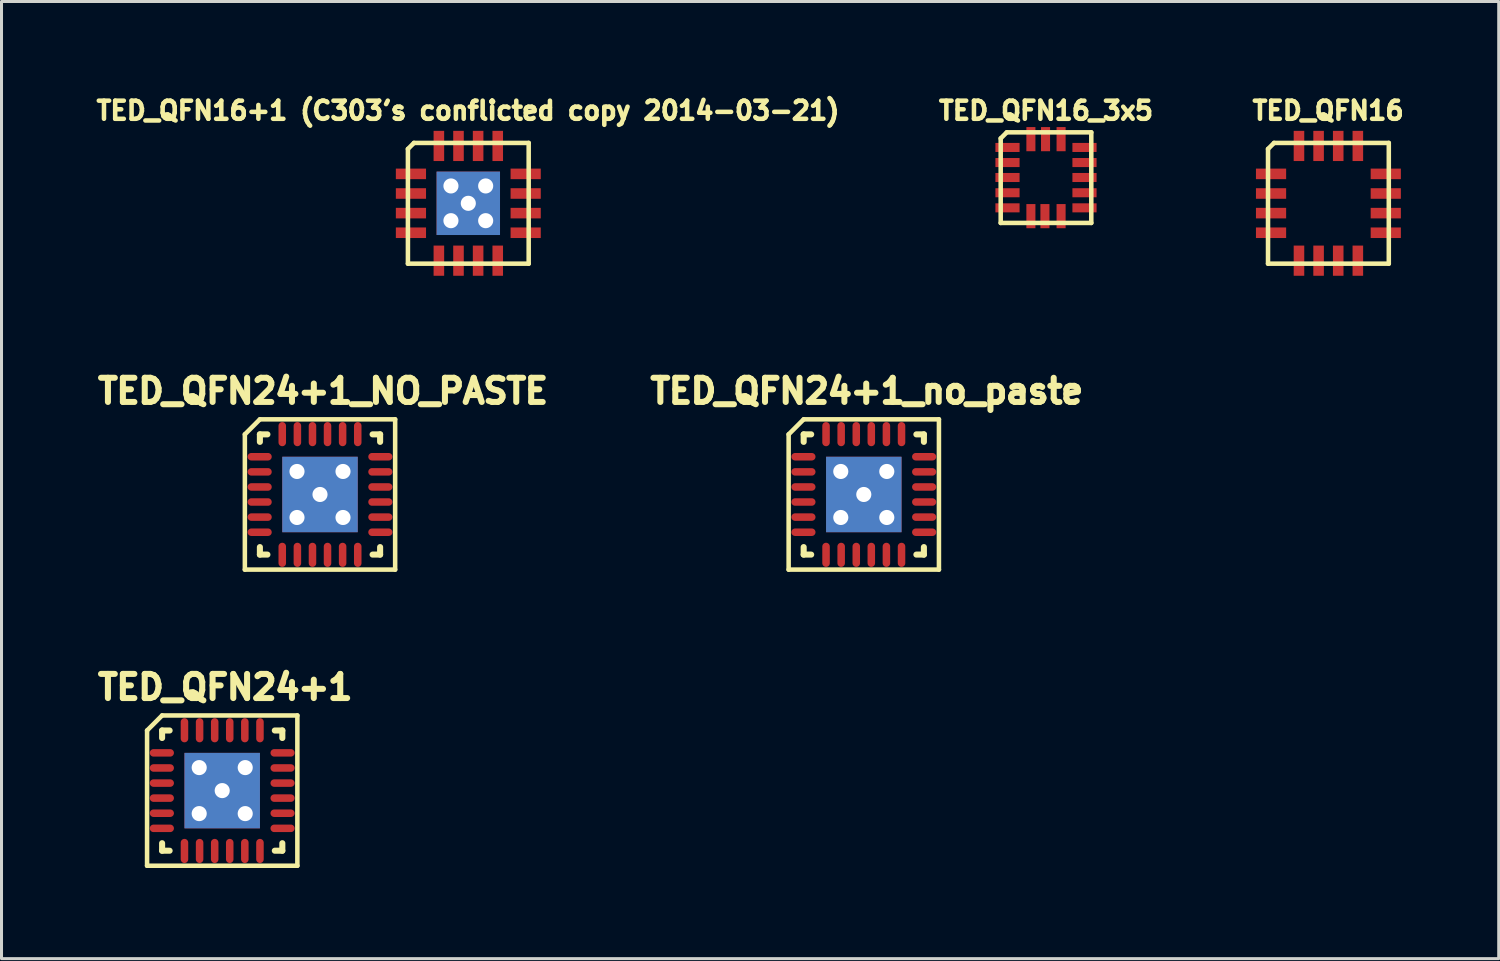
<source format=kicad_pcb>
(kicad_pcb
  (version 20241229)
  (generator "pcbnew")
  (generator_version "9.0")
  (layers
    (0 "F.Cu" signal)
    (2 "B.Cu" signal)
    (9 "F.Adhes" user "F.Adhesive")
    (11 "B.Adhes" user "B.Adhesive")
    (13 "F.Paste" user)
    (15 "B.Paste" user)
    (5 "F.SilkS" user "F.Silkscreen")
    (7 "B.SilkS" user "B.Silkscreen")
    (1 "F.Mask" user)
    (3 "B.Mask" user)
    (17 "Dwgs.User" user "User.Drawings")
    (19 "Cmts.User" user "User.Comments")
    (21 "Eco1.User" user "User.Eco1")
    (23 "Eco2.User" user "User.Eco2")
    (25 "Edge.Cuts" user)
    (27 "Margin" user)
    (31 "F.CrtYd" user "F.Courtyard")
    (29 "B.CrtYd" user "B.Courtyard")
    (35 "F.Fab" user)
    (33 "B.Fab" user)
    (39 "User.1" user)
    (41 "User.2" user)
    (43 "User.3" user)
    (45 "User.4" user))
  (footprint "TED_QFN24+1_no_paste"
    (layer "F.Cu")
    (at 25.56 13.328)
    (property "Reference" "TED_QFN24+1_no_paste" (at 0.1 -3.425 0) (layer "F.SilkS") (effects (font (size 0.8 0.8) (thickness 0.2))))
    (attr through_hole)
    (fp_line (start -2.489 -1.991) (end -2.489 2.489) (stroke (width 0.15) (type solid)) (layer "F.SilkS"))
    (fp_line (start -2.489 -1.991) (end -1.991 -2.489) (stroke (width 0.15) (type solid)) (layer "F.SilkS"))
    (fp_line (start -1.991 -2.489) (end 2.489 -2.489) (stroke (width 0.15) (type solid)) (layer "F.SilkS"))
    (fp_line (start -1.991 -1.991) (end -1.742 -1.991) (stroke (width 0.201) (type solid)) (layer "F.SilkS"))
    (fp_line (start -1.991 -1.742) (end -1.991 -1.991) (stroke (width 0.201) (type solid)) (layer "F.SilkS"))
    (fp_line (start -1.991 1.991) (end -1.991 1.742) (stroke (width 0.201) (type solid)) (layer "F.SilkS"))
    (fp_line (start -1.742 1.991) (end -1.991 1.991) (stroke (width 0.201) (type solid)) (layer "F.SilkS"))
    (fp_line (start 1.742 -1.991) (end 1.991 -1.991) (stroke (width 0.201) (type solid)) (layer "F.SilkS"))
    (fp_line (start 1.991 -1.991) (end 1.991 -1.742) (stroke (width 0.201) (type solid)) (layer "F.SilkS"))
    (fp_line (start 1.991 1.742) (end 1.991 1.991) (stroke (width 0.201) (type solid)) (layer "F.SilkS"))
    (fp_line (start 1.991 1.991) (end 1.742 1.991) (stroke (width 0.201) (type solid)) (layer "F.SilkS"))
    (fp_line (start 2.489 -2.489) (end 2.489 2.489) (stroke (width 0.15) (type solid)) (layer "F.SilkS"))
    (fp_line (start 2.489 2.489) (end -2.489 2.489) (stroke (width 0.15) (type solid)) (layer "F.SilkS"))
    (pad "1" smd oval (at -1.999 -1.25) (size 0.8 0.249) (layers "F.Cu" "F.Mask" "F.Paste"))
    (pad "2" smd oval (at -1.999 -0.749) (size 0.8 0.249) (layers "F.Cu" "F.Mask" "F.Paste"))
    (pad "3" smd oval (at -1.999 -0.249) (size 0.8 0.249) (layers "F.Cu" "F.Mask" "F.Paste"))
    (pad "4" smd oval (at -1.999 0.249) (size 0.8 0.249) (layers "F.Cu" "F.Mask" "F.Paste"))
    (pad "5" smd oval (at -1.999 0.749) (size 0.8 0.249) (layers "F.Cu" "F.Mask" "F.Paste"))
    (pad "6" smd oval (at -1.999 1.25) (size 0.8 0.249) (layers "F.Cu" "F.Mask" "F.Paste"))
    (pad "7" smd oval (at -1.25 1.999 90) (size 0.8 0.249) (layers "F.Cu" "F.Mask" "F.Paste"))
    (pad "8" smd oval (at -0.749 1.999 90) (size 0.8 0.249) (layers "F.Cu" "F.Mask" "F.Paste"))
    (pad "9" smd oval (at -0.249 1.999 90) (size 0.8 0.249) (layers "F.Cu" "F.Mask" "F.Paste"))
    (pad "10" smd oval (at 0.249 1.999 90) (size 0.8 0.249) (layers "F.Cu" "F.Mask" "F.Paste"))
    (pad "11" smd oval (at 0.749 1.999 90) (size 0.8 0.249) (layers "F.Cu" "F.Mask" "F.Paste"))
    (pad "12" smd oval (at 1.25 1.999 90) (size 0.8 0.249) (layers "F.Cu" "F.Mask" "F.Paste"))
    (pad "13" smd oval (at 1.999 1.25 180) (size 0.8 0.249) (layers "F.Cu" "F.Mask" "F.Paste"))
    (pad "14" smd oval (at 1.999 0.749 180) (size 0.8 0.249) (layers "F.Cu" "F.Mask" "F.Paste"))
    (pad "15" smd oval (at 1.999 0.249 180) (size 0.8 0.249) (layers "F.Cu" "F.Mask" "F.Paste"))
    (pad "16" smd oval (at 1.999 -0.249 180) (size 0.8 0.249) (layers "F.Cu" "F.Mask" "F.Paste"))
    (pad "17" smd oval (at 1.999 -0.749 180) (size 0.8 0.249) (layers "F.Cu" "F.Mask" "F.Paste"))
    (pad "18" smd oval (at 1.999 -1.25 180) (size 0.8 0.249) (layers "F.Cu" "F.Mask" "F.Paste"))
    (pad "19" smd oval (at 1.25 -1.999 270) (size 0.8 0.249) (layers "F.Cu" "F.Mask" "F.Paste"))
    (pad "20" smd oval (at 0.749 -1.999 270) (size 0.8 0.249) (layers "F.Cu" "F.Mask" "F.Paste"))
    (pad "21" smd oval (at 0.249 -1.999 270) (size 0.8 0.249) (layers "F.Cu" "F.Mask" "F.Paste"))
    (pad "22" smd oval (at -0.249 -1.999 270) (size 0.8 0.249) (layers "F.Cu" "F.Mask" "F.Paste"))
    (pad "23" smd oval (at -0.749 -1.999 270) (size 0.8 0.249) (layers "F.Cu" "F.Mask" "F.Paste"))
    (pad "24" smd oval (at -1.25 -1.999 270) (size 0.8 0.249) (layers "F.Cu" "F.Mask" "F.Paste"))
    (pad "25" thru_hole circle (at -0.762 -0.762 270) (size 0.6 0.6) (drill 0.5) (layers "*.Cu"))
    (pad "25" thru_hole circle (at -0.762 0.762 270) (size 0.6 0.6) (drill 0.5) (layers "*.Cu"))
    (pad "25" thru_hole circle (at 0 0 270) (size 0.6 0.6) (drill 0.5) (layers "*.Cu"))
    (pad "25" smd rect (at 0 0 270) (size 2.499 2.499) (layers "F.Cu" "F.Mask" "F.Paste"))
    (pad "25" smd rect (at 0 0 270) (size 2.499 2.499) (layers "B.Cu" "B.Mask" "B.Paste"))
    (pad "25" thru_hole circle (at 0.762 -0.762 270) (size 0.6 0.6) (drill 0.5) (layers "*.Cu"))
    (pad "25" thru_hole circle (at 0.762 0.762 270) (size 0.6 0.6) (drill 0.5) (layers "*.Cu")))
  (footprint "TED_QFN16"
    (layer "F.Cu")
    (at 40.949 3.684)
    (property "Reference" "TED_QFN16" (at -0.01 -3.07 0) (layer "F.SilkS") (effects (font (size 0.6 0.6) (thickness 0.15))))
    (attr through_hole)
    (fp_line (start -2 -1.8) (end -2 2) (stroke (width 0.15) (type solid)) (layer "F.SilkS"))
    (fp_line (start -1.8 -2) (end -2 -1.8) (stroke (width 0.15) (type solid)) (layer "F.SilkS"))
    (fp_line (start -1.8 -2) (end 2 -2) (stroke (width 0.15) (type solid)) (layer "F.SilkS"))
    (fp_line (start 2 -2) (end 2 2) (stroke (width 0.15) (type solid)) (layer "F.SilkS"))
    (fp_line (start 2 2) (end -2 2) (stroke (width 0.15) (type solid)) (layer "F.SilkS"))
    (pad "1" smd rect (at -1.9 -0.975) (size 1 0.35) (layers "F.Cu" "F.Mask" "F.Paste"))
    (pad "2" smd rect (at -1.9 -0.325) (size 1 0.35) (layers "F.Cu" "F.Mask" "F.Paste"))
    (pad "3" smd rect (at -1.9 0.325) (size 1 0.35) (layers "F.Cu" "F.Mask" "F.Paste"))
    (pad "4" smd rect (at -1.9 0.975) (size 1 0.35) (layers "F.Cu" "F.Mask" "F.Paste"))
    (pad "5" smd rect (at -0.975 1.9 270) (size 1 0.35) (layers "F.Cu" "F.Mask" "F.Paste"))
    (pad "6" smd rect (at -0.325 1.9 270) (size 1 0.35) (layers "F.Cu" "F.Mask" "F.Paste"))
    (pad "7" smd rect (at 0.325 1.9 270) (size 1 0.35) (layers "F.Cu" "F.Mask" "F.Paste"))
    (pad "8" smd rect (at 0.975 1.9 270) (size 1 0.35) (layers "F.Cu" "F.Mask" "F.Paste"))
    (pad "9" smd rect (at 1.9 0.975) (size 1 0.35) (layers "F.Cu" "F.Mask" "F.Paste"))
    (pad "10" smd rect (at 1.9 0.325) (size 1 0.35) (layers "F.Cu" "F.Mask" "F.Paste"))
    (pad "11" smd rect (at 1.9 -0.325) (size 1 0.35) (layers "F.Cu" "F.Mask" "F.Paste"))
    (pad "12" smd rect (at 1.9 -0.975) (size 1 0.35) (layers "F.Cu" "F.Mask" "F.Paste"))
    (pad "13" smd rect (at 0.975 -1.9 270) (size 1 0.35) (layers "F.Cu" "F.Mask" "F.Paste"))
    (pad "14" smd rect (at 0.325 -1.9 270) (size 1 0.35) (layers "F.Cu" "F.Mask" "F.Paste"))
    (pad "15" smd rect (at -0.325 -1.9 270) (size 1 0.35) (layers "F.Cu" "F.Mask" "F.Paste"))
    (pad "16" smd rect (at -0.975 -1.9 270) (size 1 0.35) (layers "F.Cu" "F.Mask" "F.Paste")))
  (footprint "TED_QFN16_3x5"
    (layer "F.Cu")
    (at 31.595 2.834)
    (property "Reference" "TED_QFN16_3x5" (at 0 -2.22 0) (layer "F.SilkS") (effects (font (size 0.6 0.6) (thickness 0.15))))
    (attr through_hole)
    (fp_line (start -1.5 -1.3) (end -1.5 1.5) (stroke (width 0.15) (type solid)) (layer "F.SilkS"))
    (fp_line (start -1.3 -1.5) (end -1.5 -1.3) (stroke (width 0.15) (type solid)) (layer "F.SilkS"))
    (fp_line (start -1.3 -1.5) (end 1.5 -1.5) (stroke (width 0.15) (type solid)) (layer "F.SilkS"))
    (fp_line (start 1.5 -1.5) (end 1.5 1.5) (stroke (width 0.15) (type solid)) (layer "F.SilkS"))
    (fp_line (start 1.5 1.5) (end -1.5 1.5) (stroke (width 0.15) (type solid)) (layer "F.SilkS"))
    (pad "1" smd rect (at -1.275 -1) (size 0.8 0.3) (layers "F.Cu" "F.Mask" "F.Paste"))
    (pad "2" smd rect (at -1.275 -0.5) (size 0.8 0.3) (layers "F.Cu" "F.Mask" "F.Paste"))
    (pad "3" smd rect (at -1.275 -0.005) (size 0.8 0.3) (layers "F.Cu" "F.Mask" "F.Paste"))
    (pad "4" smd rect (at -1.275 0.5) (size 0.8 0.3) (layers "F.Cu" "F.Mask" "F.Paste"))
    (pad "5" smd rect (at -1.275 1) (size 0.8 0.3) (layers "F.Cu" "F.Mask" "F.Paste"))
    (pad "6" smd rect (at -0.5 1.275) (size 0.3 0.8) (layers "F.Cu" "F.Mask" "F.Paste"))
    (pad "7" smd rect (at -0.035 1.275) (size 0.3 0.8) (layers "F.Cu" "F.Mask" "F.Paste"))
    (pad "8" smd rect (at 0.5 1.275) (size 0.3 0.8) (layers "F.Cu" "F.Mask" "F.Paste"))
    (pad "9" smd rect (at 1.275 1) (size 0.8 0.3) (layers "F.Cu" "F.Mask" "F.Paste"))
    (pad "10" smd rect (at 1.275 0.5) (size 0.8 0.3) (layers "F.Cu" "F.Mask" "F.Paste"))
    (pad "11" smd rect (at 1.275 -0.005) (size 0.8 0.3) (layers "F.Cu" "F.Mask" "F.Paste"))
    (pad "12" smd rect (at 1.275 -0.5) (size 0.8 0.3) (layers "F.Cu" "F.Mask" "F.Paste"))
    (pad "13" smd rect (at 1.275 -1) (size 0.8 0.3) (layers "F.Cu" "F.Mask" "F.Paste"))
    (pad "14" smd rect (at 0.5 -1.275) (size 0.3 0.8) (layers "F.Cu" "F.Mask" "F.Paste"))
    (pad "15" smd rect (at -0.015 -1.275) (size 0.3 0.8) (layers "F.Cu" "F.Mask" "F.Paste"))
    (pad "16" smd rect (at -0.5 -1.275) (size 0.3 0.8) (layers "F.Cu" "F.Mask" "F.Paste")))
  (footprint "TED_QFN24+1"
    (layer "F.Cu")
    (at 4.31 23.136)
    (property "Reference" "TED_QFN24+1" (at 0.1 -3.425 0) (layer "F.SilkS") (effects (font (size 0.8 0.8) (thickness 0.2))))
    (attr through_hole)
    (fp_line (start -2.489 -1.991) (end -2.489 2.489) (stroke (width 0.15) (type solid)) (layer "F.SilkS"))
    (fp_line (start -2.489 -1.991) (end -1.991 -2.489) (stroke (width 0.15) (type solid)) (layer "F.SilkS"))
    (fp_line (start -1.991 -2.489) (end 2.489 -2.489) (stroke (width 0.15) (type solid)) (layer "F.SilkS"))
    (fp_line (start -1.991 -1.991) (end -1.742 -1.991) (stroke (width 0.201) (type solid)) (layer "F.SilkS"))
    (fp_line (start -1.991 -1.742) (end -1.991 -1.991) (stroke (width 0.201) (type solid)) (layer "F.SilkS"))
    (fp_line (start -1.991 1.991) (end -1.991 1.742) (stroke (width 0.201) (type solid)) (layer "F.SilkS"))
    (fp_line (start -1.742 1.991) (end -1.991 1.991) (stroke (width 0.201) (type solid)) (layer "F.SilkS"))
    (fp_line (start 1.742 -1.991) (end 1.991 -1.991) (stroke (width 0.201) (type solid)) (layer "F.SilkS"))
    (fp_line (start 1.991 -1.991) (end 1.991 -1.742) (stroke (width 0.201) (type solid)) (layer "F.SilkS"))
    (fp_line (start 1.991 1.742) (end 1.991 1.991) (stroke (width 0.201) (type solid)) (layer "F.SilkS"))
    (fp_line (start 1.991 1.991) (end 1.742 1.991) (stroke (width 0.201) (type solid)) (layer "F.SilkS"))
    (fp_line (start 2.489 -2.489) (end 2.489 2.489) (stroke (width 0.15) (type solid)) (layer "F.SilkS"))
    (fp_line (start 2.489 2.489) (end -2.489 2.489) (stroke (width 0.15) (type solid)) (layer "F.SilkS"))
    (pad "1" smd oval (at -1.999 -1.25) (size 0.8 0.249) (layers "F.Cu" "F.Mask" "F.Paste"))
    (pad "2" smd oval (at -1.999 -0.749) (size 0.8 0.249) (layers "F.Cu" "F.Mask" "F.Paste"))
    (pad "3" smd oval (at -1.999 -0.249) (size 0.8 0.249) (layers "F.Cu" "F.Mask" "F.Paste"))
    (pad "4" smd oval (at -1.999 0.249) (size 0.8 0.249) (layers "F.Cu" "F.Mask" "F.Paste"))
    (pad "5" smd oval (at -1.999 0.749) (size 0.8 0.249) (layers "F.Cu" "F.Mask" "F.Paste"))
    (pad "6" smd oval (at -1.999 1.25) (size 0.8 0.249) (layers "F.Cu" "F.Mask" "F.Paste"))
    (pad "7" smd oval (at -1.25 1.999 90) (size 0.8 0.249) (layers "F.Cu" "F.Mask" "F.Paste"))
    (pad "8" smd oval (at -0.749 1.999 90) (size 0.8 0.249) (layers "F.Cu" "F.Mask" "F.Paste"))
    (pad "9" smd oval (at -0.249 1.999 90) (size 0.8 0.249) (layers "F.Cu" "F.Mask" "F.Paste"))
    (pad "10" smd oval (at 0.249 1.999 90) (size 0.8 0.249) (layers "F.Cu" "F.Mask" "F.Paste"))
    (pad "11" smd oval (at 0.749 1.999 90) (size 0.8 0.249) (layers "F.Cu" "F.Mask" "F.Paste"))
    (pad "12" smd oval (at 1.25 1.999 90) (size 0.8 0.249) (layers "F.Cu" "F.Mask" "F.Paste"))
    (pad "13" smd oval (at 1.999 1.25 180) (size 0.8 0.249) (layers "F.Cu" "F.Mask" "F.Paste"))
    (pad "14" smd oval (at 1.999 0.749 180) (size 0.8 0.249) (layers "F.Cu" "F.Mask" "F.Paste"))
    (pad "15" smd oval (at 1.999 0.249 180) (size 0.8 0.249) (layers "F.Cu" "F.Mask" "F.Paste"))
    (pad "16" smd oval (at 1.999 -0.249 180) (size 0.8 0.249) (layers "F.Cu" "F.Mask" "F.Paste"))
    (pad "17" smd oval (at 1.999 -0.749 180) (size 0.8 0.249) (layers "F.Cu" "F.Mask" "F.Paste"))
    (pad "18" smd oval (at 1.999 -1.25 180) (size 0.8 0.249) (layers "F.Cu" "F.Mask" "F.Paste"))
    (pad "19" smd oval (at 1.25 -1.999 270) (size 0.8 0.249) (layers "F.Cu" "F.Mask" "F.Paste"))
    (pad "20" smd oval (at 0.749 -1.999 270) (size 0.8 0.249) (layers "F.Cu" "F.Mask" "F.Paste"))
    (pad "21" smd oval (at 0.249 -1.999 270) (size 0.8 0.249) (layers "F.Cu" "F.Mask" "F.Paste"))
    (pad "22" smd oval (at -0.249 -1.999 270) (size 0.8 0.249) (layers "F.Cu" "F.Mask" "F.Paste"))
    (pad "23" smd oval (at -0.749 -1.999 270) (size 0.8 0.249) (layers "F.Cu" "F.Mask" "F.Paste"))
    (pad "24" smd oval (at -1.25 -1.999 270) (size 0.8 0.249) (layers "F.Cu" "F.Mask" "F.Paste"))
    (pad "25" thru_hole circle (at -0.762 -0.762 270) (size 0.6 0.6) (drill 0.5) (layers "*.Cu"))
    (pad "25" thru_hole circle (at -0.762 0.762 270) (size 0.6 0.6) (drill 0.5) (layers "*.Cu"))
    (pad "25" thru_hole circle (at 0 0 270) (size 0.6 0.6) (drill 0.5) (layers "*.Cu"))
    (pad "25" smd rect (at 0 0 270) (size 2.499 2.499) (layers "F.Cu" "F.Mask" "F.Paste"))
    (pad "25" smd rect (at 0 0 270) (size 2.499 2.499) (layers "B.Cu" "B.Mask" "B.Paste"))
    (pad "25" thru_hole circle (at 0.762 -0.762 270) (size 0.6 0.6) (drill 0.5) (layers "*.Cu"))
    (pad "25" thru_hole circle (at 0.762 0.762 270) (size 0.6 0.6) (drill 0.5) (layers "*.Cu")))
  (footprint "TED_QFN16+1 (C303's conflicted copy 2014-03-21)"
    (layer "F.Cu")
    (at 12.461 3.684)
    (property "Reference" "TED_QFN16+1 (C303's conflicted copy 2014-03-21)" (at -0.01 -3.07 0) (layer "F.SilkS") (effects (font (size 0.6 0.6) (thickness 0.15))))
    (attr through_hole)
    (fp_line (start -2 -1.8) (end -2 2) (stroke (width 0.15) (type solid)) (layer "F.SilkS"))
    (fp_line (start -1.8 -2) (end -2 -1.8) (stroke (width 0.15) (type solid)) (layer "F.SilkS"))
    (fp_line (start -1.8 -2) (end 2 -2) (stroke (width 0.15) (type solid)) (layer "F.SilkS"))
    (fp_line (start 2 -2) (end 2 2) (stroke (width 0.15) (type solid)) (layer "F.SilkS"))
    (fp_line (start 2 2) (end -2 2) (stroke (width 0.15) (type solid)) (layer "F.SilkS"))
    (pad "1" smd rect (at -1.9 -0.975) (size 1 0.35) (layers "F.Cu" "F.Mask" "F.Paste"))
    (pad "2" smd rect (at -1.9 -0.325) (size 1 0.35) (layers "F.Cu" "F.Mask" "F.Paste"))
    (pad "3" smd rect (at -1.9 0.325) (size 1 0.35) (layers "F.Cu" "F.Mask" "F.Paste"))
    (pad "4" smd rect (at -1.9 0.975) (size 1 0.35) (layers "F.Cu" "F.Mask" "F.Paste"))
    (pad "5" smd rect (at -0.975 1.9 270) (size 1 0.35) (layers "F.Cu" "F.Mask" "F.Paste"))
    (pad "6" smd rect (at -0.325 1.9 270) (size 1 0.35) (layers "F.Cu" "F.Mask" "F.Paste"))
    (pad "7" smd rect (at 0.325 1.9 270) (size 1 0.35) (layers "F.Cu" "F.Mask" "F.Paste"))
    (pad "8" smd rect (at 0.975 1.9 270) (size 1 0.35) (layers "F.Cu" "F.Mask" "F.Paste"))
    (pad "9" smd rect (at 1.9 0.975) (size 1 0.35) (layers "F.Cu" "F.Mask" "F.Paste"))
    (pad "10" smd rect (at 1.9 0.325) (size 1 0.35) (layers "F.Cu" "F.Mask" "F.Paste"))
    (pad "11" smd rect (at 1.9 -0.325) (size 1 0.35) (layers "F.Cu" "F.Mask" "F.Paste"))
    (pad "12" smd rect (at 1.9 -0.975) (size 1 0.35) (layers "F.Cu" "F.Mask" "F.Paste"))
    (pad "13" smd rect (at 0.975 -1.9 270) (size 1 0.35) (layers "F.Cu" "F.Mask" "F.Paste"))
    (pad "14" smd rect (at 0.325 -1.9 270) (size 1 0.35) (layers "F.Cu" "F.Mask" "F.Paste"))
    (pad "15" smd rect (at -0.325 -1.9 270) (size 1 0.35) (layers "F.Cu" "F.Mask" "F.Paste"))
    (pad "16" smd rect (at -0.975 -1.9 270) (size 1 0.35) (layers "F.Cu" "F.Mask" "F.Paste"))
    (pad "17" thru_hole circle (at -0.575 -0.575 270) (size 0.5 0.5) (drill 0.5) (layers "*.Cu"))
    (pad "17" thru_hole circle (at -0.575 0.575 270) (size 0.5 0.5) (drill 0.5) (layers "*.Cu"))
    (pad "17" thru_hole circle (at 0 0 270) (size 0.5 0.5) (drill 0.5) (layers "*.Cu"))
    (pad "17" smd rect (at 0 0 270) (size 2.1 2.1) (layers "F.Cu" "F.Paste"))
    (pad "17" smd rect (at 0 0 270) (size 2.1 2.1) (layers "B.Cu" "B.Paste"))
    (pad "17" thru_hole circle (at 0.575 -0.575 270) (size 0.5 0.5) (drill 0.5) (layers "*.Cu"))
    (pad "17" thru_hole circle (at 0.575 0.575 270) (size 0.5 0.5) (drill 0.5) (layers "*.Cu")))
  (footprint "TED_QFN24+1_NO_PASTE"
    (layer "F.Cu")
    (at 7.549 13.328)
    (property "Reference" "TED_QFN24+1_NO_PASTE" (at 0.1 -3.425 0) (layer "F.SilkS") (effects (font (size 0.8 0.8) (thickness 0.2))))
    (attr through_hole)
    (fp_line (start -2.489 -1.991) (end -2.489 2.489) (stroke (width 0.15) (type solid)) (layer "F.SilkS"))
    (fp_line (start -2.489 -1.991) (end -1.991 -2.489) (stroke (width 0.15) (type solid)) (layer "F.SilkS"))
    (fp_line (start -1.991 -2.489) (end 2.489 -2.489) (stroke (width 0.15) (type solid)) (layer "F.SilkS"))
    (fp_line (start -1.991 -1.991) (end -1.742 -1.991) (stroke (width 0.201) (type solid)) (layer "F.SilkS"))
    (fp_line (start -1.991 -1.742) (end -1.991 -1.991) (stroke (width 0.201) (type solid)) (layer "F.SilkS"))
    (fp_line (start -1.991 1.991) (end -1.991 1.742) (stroke (width 0.201) (type solid)) (layer "F.SilkS"))
    (fp_line (start -1.742 1.991) (end -1.991 1.991) (stroke (width 0.201) (type solid)) (layer "F.SilkS"))
    (fp_line (start 1.742 -1.991) (end 1.991 -1.991) (stroke (width 0.201) (type solid)) (layer "F.SilkS"))
    (fp_line (start 1.991 -1.991) (end 1.991 -1.742) (stroke (width 0.201) (type solid)) (layer "F.SilkS"))
    (fp_line (start 1.991 1.742) (end 1.991 1.991) (stroke (width 0.201) (type solid)) (layer "F.SilkS"))
    (fp_line (start 1.991 1.991) (end 1.742 1.991) (stroke (width 0.201) (type solid)) (layer "F.SilkS"))
    (fp_line (start 2.489 -2.489) (end 2.489 2.489) (stroke (width 0.15) (type solid)) (layer "F.SilkS"))
    (fp_line (start 2.489 2.489) (end -2.489 2.489) (stroke (width 0.15) (type solid)) (layer "F.SilkS"))
    (pad "1" smd oval (at -1.999 -1.25) (size 0.8 0.249) (layers "F.Cu" "F.Mask" "F.Paste"))
    (pad "2" smd oval (at -1.999 -0.749) (size 0.8 0.249) (layers "F.Cu" "F.Mask" "F.Paste"))
    (pad "3" smd oval (at -1.999 -0.249) (size 0.8 0.249) (layers "F.Cu" "F.Mask" "F.Paste"))
    (pad "4" smd oval (at -1.999 0.249) (size 0.8 0.249) (layers "F.Cu" "F.Mask" "F.Paste"))
    (pad "5" smd oval (at -1.999 0.749) (size 0.8 0.249) (layers "F.Cu" "F.Mask" "F.Paste"))
    (pad "6" smd oval (at -1.999 1.25) (size 0.8 0.249) (layers "F.Cu" "F.Mask" "F.Paste"))
    (pad "7" smd oval (at -1.25 1.999 90) (size 0.8 0.249) (layers "F.Cu" "F.Mask" "F.Paste"))
    (pad "8" smd oval (at -0.749 1.999 90) (size 0.8 0.249) (layers "F.Cu" "F.Mask" "F.Paste"))
    (pad "9" smd oval (at -0.249 1.999 90) (size 0.8 0.249) (layers "F.Cu" "F.Mask" "F.Paste"))
    (pad "10" smd oval (at 0.249 1.999 90) (size 0.8 0.249) (layers "F.Cu" "F.Mask" "F.Paste"))
    (pad "11" smd oval (at 0.749 1.999 90) (size 0.8 0.249) (layers "F.Cu" "F.Mask" "F.Paste"))
    (pad "12" smd oval (at 1.25 1.999 90) (size 0.8 0.249) (layers "F.Cu" "F.Mask" "F.Paste"))
    (pad "13" smd oval (at 1.999 1.25 180) (size 0.8 0.249) (layers "F.Cu" "F.Mask" "F.Paste"))
    (pad "14" smd oval (at 1.999 0.749 180) (size 0.8 0.249) (layers "F.Cu" "F.Mask" "F.Paste"))
    (pad "15" smd oval (at 1.999 0.249 180) (size 0.8 0.249) (layers "F.Cu" "F.Mask" "F.Paste"))
    (pad "16" smd oval (at 1.999 -0.249 180) (size 0.8 0.249) (layers "F.Cu" "F.Mask" "F.Paste"))
    (pad "17" smd oval (at 1.999 -0.749 180) (size 0.8 0.249) (layers "F.Cu" "F.Mask" "F.Paste"))
    (pad "18" smd oval (at 1.999 -1.25 180) (size 0.8 0.249) (layers "F.Cu" "F.Mask" "F.Paste"))
    (pad "19" smd oval (at 1.25 -1.999 270) (size 0.8 0.249) (layers "F.Cu" "F.Mask" "F.Paste"))
    (pad "20" smd oval (at 0.749 -1.999 270) (size 0.8 0.249) (layers "F.Cu" "F.Mask" "F.Paste"))
    (pad "21" smd oval (at 0.249 -1.999 270) (size 0.8 0.249) (layers "F.Cu" "F.Mask" "F.Paste"))
    (pad "22" smd oval (at -0.249 -1.999 270) (size 0.8 0.249) (layers "F.Cu" "F.Mask" "F.Paste"))
    (pad "23" smd oval (at -0.749 -1.999 270) (size 0.8 0.249) (layers "F.Cu" "F.Mask" "F.Paste"))
    (pad "24" smd oval (at -1.25 -1.999 270) (size 0.8 0.249) (layers "F.Cu" "F.Mask" "F.Paste"))
    (pad "25" thru_hole circle (at -0.762 -0.762 270) (size 0.6 0.6) (drill 0.5) (layers "*.Cu"))
    (pad "25" thru_hole circle (at -0.762 0.762 270) (size 0.6 0.6) (drill 0.5) (layers "*.Cu"))
    (pad "25" thru_hole circle (at 0 0 270) (size 0.6 0.6) (drill 0.5) (layers "*.Cu"))
    (pad "25" smd rect (at 0 0 270) (size 2.499 2.499) (layers "F.Cu" "F.Mask"))
    (pad "25" smd rect (at 0 0 270) (size 2.499 2.499) (layers "B.Cu" "B.Mask"))
    (pad "25" thru_hole circle (at 0.762 -0.762 270) (size 0.6 0.6) (drill 0.5) (layers "*.Cu"))
    (pad "25" thru_hole circle (at 0.762 0.762 270) (size 0.6 0.6) (drill 0.5) (layers "*.Cu")))
  (gr_rect
    (start -3 -3)
    (end 46.59 28.701)
    (stroke (width 0.1) (type default))
    (fill no)
    (layer "Edge.Cuts")))
</source>
